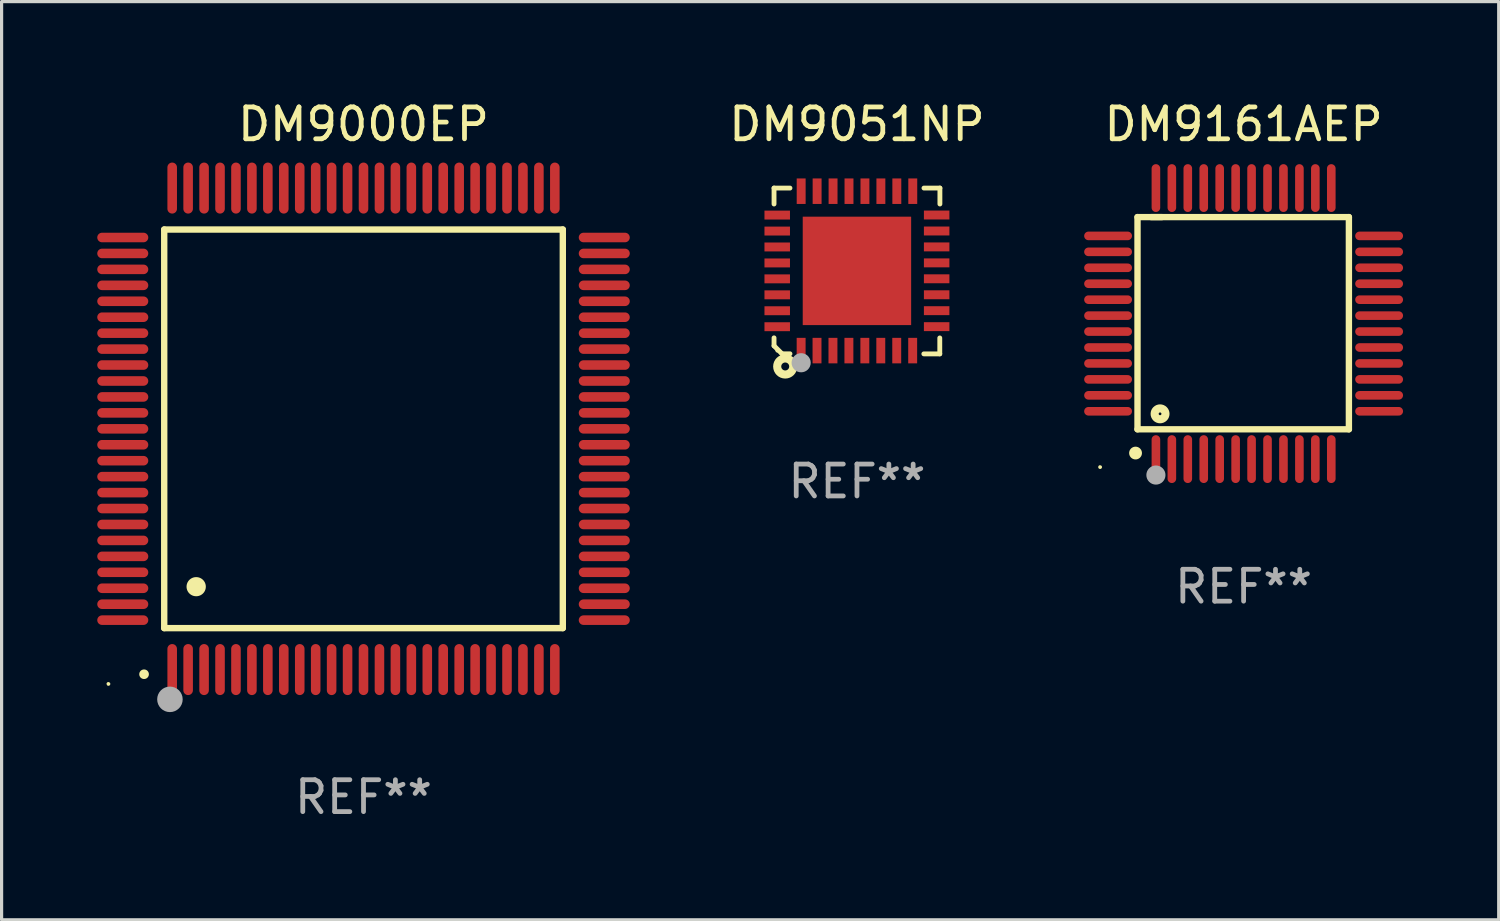
<source format=kicad_pcb>
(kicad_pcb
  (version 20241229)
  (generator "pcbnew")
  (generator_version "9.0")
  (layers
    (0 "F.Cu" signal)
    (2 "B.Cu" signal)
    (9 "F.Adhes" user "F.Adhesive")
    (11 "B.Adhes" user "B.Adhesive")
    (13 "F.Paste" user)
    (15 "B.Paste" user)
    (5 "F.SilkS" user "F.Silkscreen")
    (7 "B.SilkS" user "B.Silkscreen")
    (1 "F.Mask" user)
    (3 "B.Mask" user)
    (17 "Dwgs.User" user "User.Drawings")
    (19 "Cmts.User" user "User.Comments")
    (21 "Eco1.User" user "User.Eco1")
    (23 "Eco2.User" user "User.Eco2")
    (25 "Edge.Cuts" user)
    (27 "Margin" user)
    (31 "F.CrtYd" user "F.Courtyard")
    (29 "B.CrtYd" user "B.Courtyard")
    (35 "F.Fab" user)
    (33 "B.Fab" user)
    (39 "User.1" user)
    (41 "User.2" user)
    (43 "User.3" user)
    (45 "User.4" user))
  (footprint "DM9051NP"
    (layer "F.Cu")
    (at 23.825 5.448)
    (property "Reference" "DM9051NP" (at 0 -4.6 0) (layer "F.SilkS") (effects (font (size 1 1) (thickness 0.15))))
    (attr through_hole)
    (fp_line (start -2.601 2.097) (end -2.601 2.347) (stroke (width 0.152) (type solid)) (layer "F.SilkS"))
    (fp_line (start -2.601 2.347) (end -2.351 2.597) (stroke (width 0.152) (type solid)) (layer "F.SilkS"))
    (fp_line (start -2.601 -2.6) (end -2.601 -2.1) (stroke (width 0.152) (type solid)) (layer "F.SilkS"))
    (fp_line (start -2.601 -2.6) (end -2.101 -2.6) (stroke (width 0.152) (type solid)) (layer "F.SilkS"))
    (fp_line (start -2.351 2.597) (end -2.101 2.597) (stroke (width 0.152) (type solid)) (layer "F.SilkS"))
    (fp_line (start 2.597 2.6) (end 2.097 2.6) (stroke (width 0.152) (type solid)) (layer "F.SilkS"))
    (fp_line (start 2.597 2.6) (end 2.597 2.1) (stroke (width 0.152) (type solid)) (layer "F.SilkS"))
    (fp_line (start 2.601 -2.6) (end 2.101 -2.6) (stroke (width 0.152) (type solid)) (layer "F.SilkS"))
    (fp_line (start 2.601 -2.6) (end 2.601 -2.1) (stroke (width 0.152) (type solid)) (layer "F.SilkS"))
    (fp_circle (center -2.501 2.497) (end -2.471 2.497) (stroke (width 0.06) (type solid)) (fill no) (layer "F.SilkS"))
    (fp_circle (center -2.25 2.995) (end -2.125 2.995) (stroke (width 0.254) (type solid)) (fill no) (layer "F.SilkS"))
    (fp_circle (center -1.751 2.878) (end -1.601 2.878) (stroke (width 0.3) (type solid)) (fill no) (layer "F.Fab"))
    (fp_text user "REF**" (at 0 6.6 0) (layer "F.Fab") (effects (font (size 1 1) (thickness 0.15))))
    (pad "1" smd rect (at -1.751 2.497) (size 0.28 0.8) (layers "F.Cu" "F.Mask" "F.Paste"))
    (pad "2" smd rect (at -1.253 2.497) (size 0.28 0.8) (layers "F.Cu" "F.Mask" "F.Paste"))
    (pad "3" smd rect (at -0.753 2.497) (size 0.28 0.8) (layers "F.Cu" "F.Mask" "F.Paste"))
    (pad "4" smd rect (at -0.253 2.497) (size 0.28 0.8) (layers "F.Cu" "F.Mask" "F.Paste"))
    (pad "5" smd rect (at 0.247 2.497) (size 0.28 0.8) (layers "F.Cu" "F.Mask" "F.Paste"))
    (pad "6" smd rect (at 0.747 2.497) (size 0.28 0.8) (layers "F.Cu" "F.Mask" "F.Paste"))
    (pad "7" smd rect (at 1.247 2.497) (size 0.28 0.8) (layers "F.Cu" "F.Mask" "F.Paste"))
    (pad "8" smd rect (at 1.747 2.497) (size 0.28 0.8) (layers "F.Cu" "F.Mask" "F.Paste"))
    (pad "9" smd rect (at 2.499 1.746) (size 0.8 0.28) (layers "F.Cu" "F.Mask" "F.Paste"))
    (pad "10" smd rect (at 2.499 1.245) (size 0.8 0.28) (layers "F.Cu" "F.Mask" "F.Paste"))
    (pad "11" smd rect (at 2.499 0.746) (size 0.8 0.28) (layers "F.Cu" "F.Mask" "F.Paste"))
    (pad "12" smd rect (at 2.499 0.245) (size 0.8 0.28) (layers "F.Cu" "F.Mask" "F.Paste"))
    (pad "13" smd rect (at 2.499 -0.254) (size 0.8 0.28) (layers "F.Cu" "F.Mask" "F.Paste"))
    (pad "14" smd rect (at 2.499 -0.755) (size 0.8 0.28) (layers "F.Cu" "F.Mask" "F.Paste"))
    (pad "15" smd rect (at 2.499 -1.254) (size 0.8 0.28) (layers "F.Cu" "F.Mask" "F.Paste"))
    (pad "16" smd rect (at 2.499 -1.755) (size 0.8 0.28) (layers "F.Cu" "F.Mask" "F.Paste"))
    (pad "17" smd rect (at 1.75 -2.502) (size 0.28 0.8) (layers "F.Cu" "F.Mask" "F.Paste"))
    (pad "18" smd rect (at 1.25 -2.502) (size 0.28 0.8) (layers "F.Cu" "F.Mask" "F.Paste"))
    (pad "19" smd rect (at 0.75 -2.502) (size 0.28 0.8) (layers "F.Cu" "F.Mask" "F.Paste"))
    (pad "20" smd rect (at 0.25 -2.502) (size 0.28 0.8) (layers "F.Cu" "F.Mask" "F.Paste"))
    (pad "21" smd rect (at -0.25 -2.502) (size 0.28 0.8) (layers "F.Cu" "F.Mask" "F.Paste"))
    (pad "22" smd rect (at -0.75 -2.502) (size 0.28 0.8) (layers "F.Cu" "F.Mask" "F.Paste"))
    (pad "23" smd rect (at -1.25 -2.502) (size 0.28 0.8) (layers "F.Cu" "F.Mask" "F.Paste"))
    (pad "24" smd rect (at -1.75 -2.502) (size 0.28 0.8) (layers "F.Cu" "F.Mask" "F.Paste"))
    (pad "25" smd rect (at -2.501 -1.753) (size 0.8 0.28) (layers "F.Cu" "F.Mask" "F.Paste"))
    (pad "26" smd rect (at -2.501 -1.252) (size 0.8 0.28) (layers "F.Cu" "F.Mask" "F.Paste"))
    (pad "27" smd rect (at -2.501 -0.753) (size 0.8 0.28) (layers "F.Cu" "F.Mask" "F.Paste"))
    (pad "28" smd rect (at -2.501 -0.252) (size 0.8 0.28) (layers "F.Cu" "F.Mask" "F.Paste"))
    (pad "29" smd rect (at -2.501 0.247) (size 0.8 0.28) (layers "F.Cu" "F.Mask" "F.Paste"))
    (pad "30" smd rect (at -2.501 0.748) (size 0.8 0.28) (layers "F.Cu" "F.Mask" "F.Paste"))
    (pad "31" smd rect (at -2.501 1.247) (size 0.8 0.28) (layers "F.Cu" "F.Mask" "F.Paste"))
    (pad "32" smd rect (at -2.501 1.748) (size 0.8 0.28) (layers "F.Cu" "F.Mask" "F.Paste"))
    (pad "33" smd rect (at -0.001 -0.003 180) (size 3.4 3.4) (layers "F.Cu" "F.Mask" "F.Paste")))
  (footprint "DM9161AEP"
    (layer "F.Cu")
    (at 35.95 7.098)
    (property "Reference" "DM9161AEP" (at 0 -6.25 0) (layer "F.SilkS") (effects (font (size 1 1) (thickness 0.15))))
    (attr through_hole)
    (fp_line (start -3.327 -3.34) (end -2.565 -3.34) (stroke (width 0.2) (type solid)) (layer "F.SilkS"))
    (fp_line (start -3.327 3.315) (end -3.327 -3.34) (stroke (width 0.2) (type solid)) (layer "F.SilkS"))
    (fp_line (start -2.896 -3.34) (end 3.302 -3.34) (stroke (width 0.2) (type solid)) (layer "F.SilkS"))
    (fp_line (start 3.302 -3.34) (end 3.302 3.315) (stroke (width 0.2) (type solid)) (layer "F.SilkS"))
    (fp_line (start 3.302 3.315) (end -3.327 3.315) (stroke (width 0.2) (type solid)) (layer "F.SilkS"))
    (fp_arc (start -3.389992 4.059995) (mid -3.388722 4.059991) (end -3.387452 4.059995) (stroke (width 0.4) (type solid)) (layer "F.SilkS"))
    (fp_circle (center -4.5 4.5) (end -4.47 4.5) (stroke (width 0.06) (type solid)) (fill no) (layer "F.SilkS"))
    (fp_circle (center -2.62 2.83) (end -2.45 2.83) (stroke (width 0.254) (type solid)) (fill no) (layer "F.SilkS"))
    (fp_circle (center -2.75 4.75) (end -2.6 4.75) (stroke (width 0.3) (type solid)) (fill no) (layer "F.Fab"))
    (fp_text user "REF**" (at 0 8.25 0) (layer "F.Fab") (effects (font (size 1 1) (thickness 0.15))))
    (pad "1" smd oval (at -2.75 4.25) (size 0.27 1.5) (layers "F.Cu" "F.Mask" "F.Paste"))
    (pad "2" smd oval (at -2.25 4.25) (size 0.27 1.5) (layers "F.Cu" "F.Mask" "F.Paste"))
    (pad "3" smd oval (at -1.75 4.25) (size 0.27 1.5) (layers "F.Cu" "F.Mask" "F.Paste"))
    (pad "4" smd oval (at -1.25 4.25) (size 0.27 1.5) (layers "F.Cu" "F.Mask" "F.Paste"))
    (pad "5" smd oval (at -0.75 4.25) (size 0.27 1.5) (layers "F.Cu" "F.Mask" "F.Paste"))
    (pad "6" smd oval (at -0.25 4.25) (size 0.27 1.5) (layers "F.Cu" "F.Mask" "F.Paste"))
    (pad "7" smd oval (at 0.25 4.25) (size 0.27 1.5) (layers "F.Cu" "F.Mask" "F.Paste"))
    (pad "8" smd oval (at 0.75 4.25) (size 0.27 1.5) (layers "F.Cu" "F.Mask" "F.Paste"))
    (pad "9" smd oval (at 1.25 4.25) (size 0.27 1.5) (layers "F.Cu" "F.Mask" "F.Paste"))
    (pad "10" smd oval (at 1.75 4.25) (size 0.27 1.5) (layers "F.Cu" "F.Mask" "F.Paste"))
    (pad "11" smd oval (at 2.25 4.25) (size 0.27 1.5) (layers "F.Cu" "F.Mask" "F.Paste"))
    (pad "12" smd oval (at 2.75 4.25) (size 0.27 1.5) (layers "F.Cu" "F.Mask" "F.Paste"))
    (pad "13" smd oval (at 4.25 2.75) (size 1.5 0.27) (layers "F.Cu" "F.Mask" "F.Paste"))
    (pad "14" smd oval (at 4.25 2.25) (size 1.5 0.27) (layers "F.Cu" "F.Mask" "F.Paste"))
    (pad "15" smd oval (at 4.25 1.75) (size 1.5 0.27) (layers "F.Cu" "F.Mask" "F.Paste"))
    (pad "16" smd oval (at 4.25 1.25) (size 1.5 0.27) (layers "F.Cu" "F.Mask" "F.Paste"))
    (pad "17" smd oval (at 4.25 0.75) (size 1.5 0.27) (layers "F.Cu" "F.Mask" "F.Paste"))
    (pad "18" smd oval (at 4.25 0.25) (size 1.5 0.27) (layers "F.Cu" "F.Mask" "F.Paste"))
    (pad "19" smd oval (at 4.25 -0.25) (size 1.5 0.27) (layers "F.Cu" "F.Mask" "F.Paste"))
    (pad "20" smd oval (at 4.25 -0.75) (size 1.5 0.27) (layers "F.Cu" "F.Mask" "F.Paste"))
    (pad "21" smd oval (at 4.25 -1.25) (size 1.5 0.27) (layers "F.Cu" "F.Mask" "F.Paste"))
    (pad "22" smd oval (at 4.25 -1.75) (size 1.5 0.27) (layers "F.Cu" "F.Mask" "F.Paste"))
    (pad "23" smd oval (at 4.25 -2.25) (size 1.5 0.27) (layers "F.Cu" "F.Mask" "F.Paste"))
    (pad "24" smd oval (at 4.25 -2.75) (size 1.5 0.27) (layers "F.Cu" "F.Mask" "F.Paste"))
    (pad "25" smd oval (at 2.75 -4.25) (size 0.27 1.5) (layers "F.Cu" "F.Mask" "F.Paste"))
    (pad "26" smd oval (at 2.25 -4.25) (size 0.27 1.5) (layers "F.Cu" "F.Mask" "F.Paste"))
    (pad "27" smd oval (at 1.75 -4.25) (size 0.27 1.5) (layers "F.Cu" "F.Mask" "F.Paste"))
    (pad "28" smd oval (at 1.25 -4.25) (size 0.27 1.5) (layers "F.Cu" "F.Mask" "F.Paste"))
    (pad "29" smd oval (at 0.75 -4.25) (size 0.27 1.5) (layers "F.Cu" "F.Mask" "F.Paste"))
    (pad "30" smd oval (at 0.25 -4.25) (size 0.27 1.5) (layers "F.Cu" "F.Mask" "F.Paste"))
    (pad "31" smd oval (at -0.25 -4.25) (size 0.27 1.5) (layers "F.Cu" "F.Mask" "F.Paste"))
    (pad "32" smd oval (at -0.75 -4.25) (size 0.27 1.5) (layers "F.Cu" "F.Mask" "F.Paste"))
    (pad "33" smd oval (at -1.25 -4.25) (size 0.27 1.5) (layers "F.Cu" "F.Mask" "F.Paste"))
    (pad "34" smd oval (at -1.75 -4.25) (size 0.27 1.5) (layers "F.Cu" "F.Mask" "F.Paste"))
    (pad "35" smd oval (at -2.25 -4.25) (size 0.27 1.5) (layers "F.Cu" "F.Mask" "F.Paste"))
    (pad "36" smd oval (at -2.75 -4.25) (size 0.27 1.5) (layers "F.Cu" "F.Mask" "F.Paste"))
    (pad "37" smd oval (at -4.25 -2.75) (size 1.5 0.27) (layers "F.Cu" "F.Mask" "F.Paste"))
    (pad "38" smd oval (at -4.25 -2.25) (size 1.5 0.27) (layers "F.Cu" "F.Mask" "F.Paste"))
    (pad "39" smd oval (at -4.25 -1.75) (size 1.5 0.27) (layers "F.Cu" "F.Mask" "F.Paste"))
    (pad "40" smd oval (at -4.25 -1.25) (size 1.5 0.27) (layers "F.Cu" "F.Mask" "F.Paste"))
    (pad "41" smd oval (at -4.25 -0.75) (size 1.5 0.27) (layers "F.Cu" "F.Mask" "F.Paste"))
    (pad "42" smd oval (at -4.25 -0.25) (size 1.5 0.27) (layers "F.Cu" "F.Mask" "F.Paste"))
    (pad "43" smd oval (at -4.25 0.25) (size 1.5 0.27) (layers "F.Cu" "F.Mask" "F.Paste"))
    (pad "44" smd oval (at -4.25 0.75) (size 1.5 0.27) (layers "F.Cu" "F.Mask" "F.Paste"))
    (pad "45" smd oval (at -4.25 1.25) (size 1.5 0.27) (layers "F.Cu" "F.Mask" "F.Paste"))
    (pad "46" smd oval (at -4.25 1.75) (size 1.5 0.27) (layers "F.Cu" "F.Mask" "F.Paste"))
    (pad "47" smd oval (at -4.25 2.25) (size 1.5 0.27) (layers "F.Cu" "F.Mask" "F.Paste"))
    (pad "48" smd oval (at -4.25 2.75) (size 1.5 0.27) (layers "F.Cu" "F.Mask" "F.Paste")))
  (footprint "DM9000EP"
    (layer "F.Cu")
    (at 8.35 10.398)
    (property "Reference" "DM9000EP" (at 0 -9.55 0) (layer "F.SilkS") (effects (font (size 1 1) (thickness 0.15))))
    (attr through_hole)
    (fp_line (start -6.25 -6.25) (end -6.25 6.25) (stroke (width 0.2) (type solid)) (layer "F.SilkS"))
    (fp_line (start -6.25 6.25) (end 6.25 6.25) (stroke (width 0.2) (type solid)) (layer "F.SilkS"))
    (fp_line (start 6.25 -6.25) (end -6.25 -6.25) (stroke (width 0.2) (type solid)) (layer "F.SilkS"))
    (fp_line (start 6.25 6.25) (end 6.25 -6.25) (stroke (width 0.2) (type solid)) (layer "F.SilkS"))
    (fp_arc (start -6.883414 7.696215) (mid -6.882144 7.69621) (end -6.880874 7.696215) (stroke (width 0.3) (type solid)) (layer "F.SilkS"))
    (fp_arc (start -5.250191 4.95047) (mid -5.247651 4.950459) (end -5.245111 4.95047) (stroke (width 0.6) (type solid)) (layer "F.SilkS"))
    (fp_circle (center -8 8) (end -7.97 8) (stroke (width 0.06) (type solid)) (fill no) (layer "F.SilkS"))
    (fp_circle (center -6.071 8.484) (end -5.871 8.484) (stroke (width 0.4) (type solid)) (fill no) (layer "F.Fab"))
    (fp_text user "REF**" (at 0 11.55 0) (layer "F.Fab") (effects (font (size 1 1) (thickness 0.15))))
    (pad "1" smd oval (at -6 7.55) (size 0.3 1.6) (layers "F.Cu" "F.Mask" "F.Paste"))
    (pad "2" smd oval (at -5.5 7.55) (size 0.3 1.6) (layers "F.Cu" "F.Mask" "F.Paste"))
    (pad "3" smd oval (at -5 7.55) (size 0.3 1.6) (layers "F.Cu" "F.Mask" "F.Paste"))
    (pad "4" smd oval (at -4.5 7.55) (size 0.3 1.6) (layers "F.Cu" "F.Mask" "F.Paste"))
    (pad "5" smd oval (at -4 7.55) (size 0.3 1.6) (layers "F.Cu" "F.Mask" "F.Paste"))
    (pad "6" smd oval (at -3.5 7.55) (size 0.3 1.6) (layers "F.Cu" "F.Mask" "F.Paste"))
    (pad "7" smd oval (at -3 7.55) (size 0.3 1.6) (layers "F.Cu" "F.Mask" "F.Paste"))
    (pad "8" smd oval (at -2.5 7.55) (size 0.3 1.6) (layers "F.Cu" "F.Mask" "F.Paste"))
    (pad "9" smd oval (at -2 7.55) (size 0.3 1.6) (layers "F.Cu" "F.Mask" "F.Paste"))
    (pad "10" smd oval (at -1.5 7.55) (size 0.3 1.6) (layers "F.Cu" "F.Mask" "F.Paste"))
    (pad "11" smd oval (at -1 7.55) (size 0.3 1.6) (layers "F.Cu" "F.Mask" "F.Paste"))
    (pad "12" smd oval (at -0.5 7.55) (size 0.3 1.6) (layers "F.Cu" "F.Mask" "F.Paste"))
    (pad "13" smd oval (at 0 7.55) (size 0.3 1.6) (layers "F.Cu" "F.Mask" "F.Paste"))
    (pad "14" smd oval (at 0.5 7.55) (size 0.3 1.6) (layers "F.Cu" "F.Mask" "F.Paste"))
    (pad "15" smd oval (at 1 7.55) (size 0.3 1.6) (layers "F.Cu" "F.Mask" "F.Paste"))
    (pad "16" smd oval (at 1.5 7.55) (size 0.3 1.6) (layers "F.Cu" "F.Mask" "F.Paste"))
    (pad "17" smd oval (at 2 7.55) (size 0.3 1.6) (layers "F.Cu" "F.Mask" "F.Paste"))
    (pad "18" smd oval (at 2.5 7.55) (size 0.3 1.6) (layers "F.Cu" "F.Mask" "F.Paste"))
    (pad "19" smd oval (at 3 7.55) (size 0.3 1.6) (layers "F.Cu" "F.Mask" "F.Paste"))
    (pad "20" smd oval (at 3.5 7.55) (size 0.3 1.6) (layers "F.Cu" "F.Mask" "F.Paste"))
    (pad "21" smd oval (at 4 7.55) (size 0.3 1.6) (layers "F.Cu" "F.Mask" "F.Paste"))
    (pad "22" smd oval (at 4.5 7.55) (size 0.3 1.6) (layers "F.Cu" "F.Mask" "F.Paste"))
    (pad "23" smd oval (at 5 7.55) (size 0.3 1.6) (layers "F.Cu" "F.Mask" "F.Paste"))
    (pad "24" smd oval (at 5.5 7.55) (size 0.3 1.6) (layers "F.Cu" "F.Mask" "F.Paste"))
    (pad "25" smd oval (at 6 7.55) (size 0.3 1.6) (layers "F.Cu" "F.Mask" "F.Paste"))
    (pad "26" smd oval (at 7.55 6) (size 1.6 0.3) (layers "F.Cu" "F.Mask" "F.Paste"))
    (pad "27" smd oval (at 7.55 5.5) (size 1.6 0.3) (layers "F.Cu" "F.Mask" "F.Paste"))
    (pad "28" smd oval (at 7.55 5) (size 1.6 0.3) (layers "F.Cu" "F.Mask" "F.Paste"))
    (pad "29" smd oval (at 7.55 4.5) (size 1.6 0.3) (layers "F.Cu" "F.Mask" "F.Paste"))
    (pad "30" smd oval (at 7.55 4) (size 1.6 0.3) (layers "F.Cu" "F.Mask" "F.Paste"))
    (pad "31" smd oval (at 7.55 3.5) (size 1.6 0.3) (layers "F.Cu" "F.Mask" "F.Paste"))
    (pad "32" smd oval (at 7.55 3) (size 1.6 0.3) (layers "F.Cu" "F.Mask" "F.Paste"))
    (pad "33" smd oval (at 7.55 2.5) (size 1.6 0.3) (layers "F.Cu" "F.Mask" "F.Paste"))
    (pad "34" smd oval (at 7.55 2) (size 1.6 0.3) (layers "F.Cu" "F.Mask" "F.Paste"))
    (pad "35" smd oval (at 7.55 1.5) (size 1.6 0.3) (layers "F.Cu" "F.Mask" "F.Paste"))
    (pad "36" smd oval (at 7.55 1) (size 1.6 0.3) (layers "F.Cu" "F.Mask" "F.Paste"))
    (pad "37" smd oval (at 7.55 0.5) (size 1.6 0.3) (layers "F.Cu" "F.Mask" "F.Paste"))
    (pad "38" smd oval (at 7.55 0) (size 1.6 0.3) (layers "F.Cu" "F.Mask" "F.Paste"))
    (pad "39" smd oval (at 7.55 -0.5) (size 1.6 0.3) (layers "F.Cu" "F.Mask" "F.Paste"))
    (pad "40" smd oval (at 7.55 -1) (size 1.6 0.3) (layers "F.Cu" "F.Mask" "F.Paste"))
    (pad "41" smd oval (at 7.55 -1.5) (size 1.6 0.3) (layers "F.Cu" "F.Mask" "F.Paste"))
    (pad "42" smd oval (at 7.55 -2) (size 1.6 0.3) (layers "F.Cu" "F.Mask" "F.Paste"))
    (pad "43" smd oval (at 7.55 -2.5) (size 1.6 0.3) (layers "F.Cu" "F.Mask" "F.Paste"))
    (pad "44" smd oval (at 7.55 -3) (size 1.6 0.3) (layers "F.Cu" "F.Mask" "F.Paste"))
    (pad "45" smd oval (at 7.55 -3.5) (size 1.6 0.3) (layers "F.Cu" "F.Mask" "F.Paste"))
    (pad "46" smd oval (at 7.55 -4) (size 1.6 0.3) (layers "F.Cu" "F.Mask" "F.Paste"))
    (pad "47" smd oval (at 7.55 -4.5) (size 1.6 0.3) (layers "F.Cu" "F.Mask" "F.Paste"))
    (pad "48" smd oval (at 7.55 -5) (size 1.6 0.3) (layers "F.Cu" "F.Mask" "F.Paste"))
    (pad "49" smd oval (at 7.55 -5.5) (size 1.6 0.3) (layers "F.Cu" "F.Mask" "F.Paste"))
    (pad "50" smd oval (at 7.55 -6) (size 1.6 0.3) (layers "F.Cu" "F.Mask" "F.Paste"))
    (pad "51" smd oval (at 6 -7.55) (size 0.3 1.6) (layers "F.Cu" "F.Mask" "F.Paste"))
    (pad "52" smd oval (at 5.5 -7.55) (size 0.3 1.6) (layers "F.Cu" "F.Mask" "F.Paste"))
    (pad "53" smd oval (at 5 -7.55) (size 0.3 1.6) (layers "F.Cu" "F.Mask" "F.Paste"))
    (pad "54" smd oval (at 4.5 -7.55) (size 0.3 1.6) (layers "F.Cu" "F.Mask" "F.Paste"))
    (pad "55" smd oval (at 4 -7.55) (size 0.3 1.6) (layers "F.Cu" "F.Mask" "F.Paste"))
    (pad "56" smd oval (at 3.5 -7.55) (size 0.3 1.6) (layers "F.Cu" "F.Mask" "F.Paste"))
    (pad "57" smd oval (at 3 -7.55) (size 0.3 1.6) (layers "F.Cu" "F.Mask" "F.Paste"))
    (pad "58" smd oval (at 2.5 -7.55) (size 0.3 1.6) (layers "F.Cu" "F.Mask" "F.Paste"))
    (pad "59" smd oval (at 2 -7.55) (size 0.3 1.6) (layers "F.Cu" "F.Mask" "F.Paste"))
    (pad "60" smd oval (at 1.5 -7.55) (size 0.3 1.6) (layers "F.Cu" "F.Mask" "F.Paste"))
    (pad "61" smd oval (at 1 -7.55) (size 0.3 1.6) (layers "F.Cu" "F.Mask" "F.Paste"))
    (pad "62" smd oval (at 0.5 -7.55) (size 0.3 1.6) (layers "F.Cu" "F.Mask" "F.Paste"))
    (pad "63" smd oval (at 0 -7.55) (size 0.3 1.6) (layers "F.Cu" "F.Mask" "F.Paste"))
    (pad "64" smd oval (at -0.5 -7.55) (size 0.3 1.6) (layers "F.Cu" "F.Mask" "F.Paste"))
    (pad "65" smd oval (at -1 -7.55) (size 0.3 1.6) (layers "F.Cu" "F.Mask" "F.Paste"))
    (pad "66" smd oval (at -1.5 -7.55) (size 0.3 1.6) (layers "F.Cu" "F.Mask" "F.Paste"))
    (pad "67" smd oval (at -2 -7.55) (size 0.3 1.6) (layers "F.Cu" "F.Mask" "F.Paste"))
    (pad "68" smd oval (at -2.5 -7.55) (size 0.3 1.6) (layers "F.Cu" "F.Mask" "F.Paste"))
    (pad "69" smd oval (at -3 -7.55) (size 0.3 1.6) (layers "F.Cu" "F.Mask" "F.Paste"))
    (pad "70" smd oval (at -3.5 -7.55) (size 0.3 1.6) (layers "F.Cu" "F.Mask" "F.Paste"))
    (pad "71" smd oval (at -4 -7.55) (size 0.3 1.6) (layers "F.Cu" "F.Mask" "F.Paste"))
    (pad "72" smd oval (at -4.5 -7.55) (size 0.3 1.6) (layers "F.Cu" "F.Mask" "F.Paste"))
    (pad "73" smd oval (at -5 -7.55) (size 0.3 1.6) (layers "F.Cu" "F.Mask" "F.Paste"))
    (pad "74" smd oval (at -5.5 -7.55) (size 0.3 1.6) (layers "F.Cu" "F.Mask" "F.Paste"))
    (pad "75" smd oval (at -6 -7.55) (size 0.3 1.6) (layers "F.Cu" "F.Mask" "F.Paste"))
    (pad "76" smd oval (at -7.55 -6) (size 1.6 0.3) (layers "F.Cu" "F.Mask" "F.Paste"))
    (pad "77" smd oval (at -7.55 -5.5) (size 1.6 0.3) (layers "F.Cu" "F.Mask" "F.Paste"))
    (pad "78" smd oval (at -7.55 -5) (size 1.6 0.3) (layers "F.Cu" "F.Mask" "F.Paste"))
    (pad "79" smd oval (at -7.55 -4.5) (size 1.6 0.3) (layers "F.Cu" "F.Mask" "F.Paste"))
    (pad "80" smd oval (at -7.55 -4) (size 1.6 0.3) (layers "F.Cu" "F.Mask" "F.Paste"))
    (pad "81" smd oval (at -7.55 -3.5) (size 1.6 0.3) (layers "F.Cu" "F.Mask" "F.Paste"))
    (pad "82" smd oval (at -7.55 -3) (size 1.6 0.3) (layers "F.Cu" "F.Mask" "F.Paste"))
    (pad "83" smd oval (at -7.55 -2.5) (size 1.6 0.3) (layers "F.Cu" "F.Mask" "F.Paste"))
    (pad "84" smd oval (at -7.55 -2) (size 1.6 0.3) (layers "F.Cu" "F.Mask" "F.Paste"))
    (pad "85" smd oval (at -7.55 -1.5) (size 1.6 0.3) (layers "F.Cu" "F.Mask" "F.Paste"))
    (pad "86" smd oval (at -7.55 -1) (size 1.6 0.3) (layers "F.Cu" "F.Mask" "F.Paste"))
    (pad "87" smd oval (at -7.55 -0.5) (size 1.6 0.3) (layers "F.Cu" "F.Mask" "F.Paste"))
    (pad "88" smd oval (at -7.55 0) (size 1.6 0.3) (layers "F.Cu" "F.Mask" "F.Paste"))
    (pad "89" smd oval (at -7.55 0.5) (size 1.6 0.3) (layers "F.Cu" "F.Mask" "F.Paste"))
    (pad "90" smd oval (at -7.55 1) (size 1.6 0.3) (layers "F.Cu" "F.Mask" "F.Paste"))
    (pad "91" smd oval (at -7.55 1.5) (size 1.6 0.3) (layers "F.Cu" "F.Mask" "F.Paste"))
    (pad "92" smd oval (at -7.55 2) (size 1.6 0.3) (layers "F.Cu" "F.Mask" "F.Paste"))
    (pad "93" smd oval (at -7.55 2.5) (size 1.6 0.3) (layers "F.Cu" "F.Mask" "F.Paste"))
    (pad "94" smd oval (at -7.55 3) (size 1.6 0.3) (layers "F.Cu" "F.Mask" "F.Paste"))
    (pad "95" smd oval (at -7.55 3.5) (size 1.6 0.3) (layers "F.Cu" "F.Mask" "F.Paste"))
    (pad "96" smd oval (at -7.55 4) (size 1.6 0.3) (layers "F.Cu" "F.Mask" "F.Paste"))
    (pad "97" smd oval (at -7.55 4.5) (size 1.6 0.3) (layers "F.Cu" "F.Mask" "F.Paste"))
    (pad "98" smd oval (at -7.55 5) (size 1.6 0.3) (layers "F.Cu" "F.Mask" "F.Paste"))
    (pad "99" smd oval (at -7.55 5.5) (size 1.6 0.3) (layers "F.Cu" "F.Mask" "F.Paste"))
    (pad "100" smd oval (at -7.55 6) (size 1.6 0.3) (layers "F.Cu" "F.Mask" "F.Paste")))
  (gr_rect
    (start -3 -3)
    (end 43.95 25.796)
    (stroke (width 0.1) (type default))
    (fill no)
    (layer "Edge.Cuts")))
</source>
